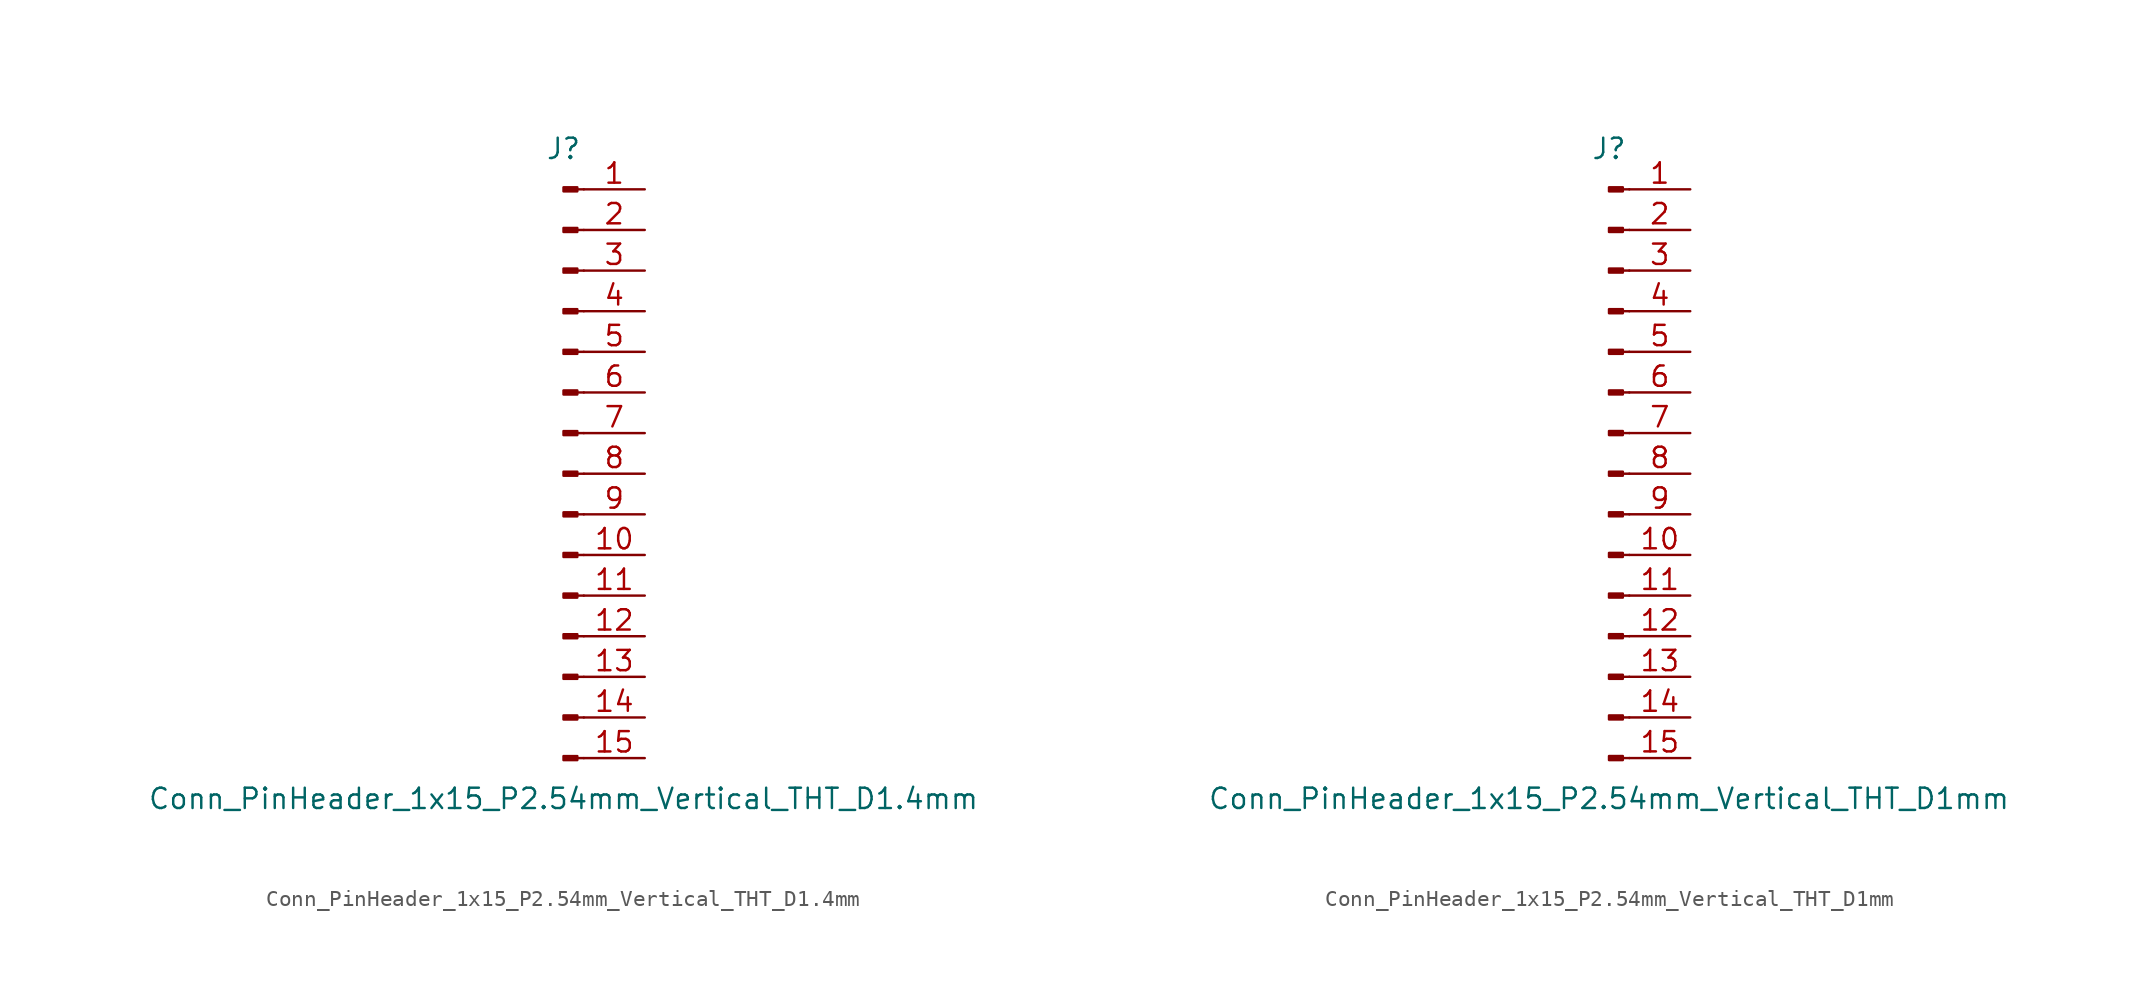
<source format=kicad_sym>
(kicad_symbol_lib
  (version 20211014)
  (generator kicad_symbol_editor)
  (symbol "Conn_PinHeader_1x15_P2.54mm_Vertical_THT_D1.4mm"
    (pin_names
      (offset 1.016) hide)
    (property "Reference" "J"
      (at 0 20.32 0)
      (effects (font (size 1.27 1.27))))
    (property "Value" "Conn_PinHeader_1x15_P2.54mm_Vertical_THT_D1.4mm"
      (at 0 -20.32 0)
      (effects (font (size 1.27 1.27))))
    (symbol "Conn_PinHeader_1x15_P2.54mm_Vertical_THT_D1.4mm_1_1"
      (polyline (pts (xy 1.27 -17.78) (xy 0.864 -17.78)) (stroke (width 0.152) (type default) (color 0 0 0 0)) (fill (type none)))
      (polyline (pts (xy 1.27 -15.24) (xy 0.864 -15.24)) (stroke (width 0.152) (type default) (color 0 0 0 0)) (fill (type none)))
      (polyline (pts (xy 1.27 -12.7) (xy 0.864 -12.7)) (stroke (width 0.152) (type default) (color 0 0 0 0)) (fill (type none)))
      (polyline (pts (xy 1.27 -10.16) (xy 0.864 -10.16)) (stroke (width 0.152) (type default) (color 0 0 0 0)) (fill (type none)))
      (polyline (pts (xy 1.27 -7.62) (xy 0.864 -7.62)) (stroke (width 0.152) (type default) (color 0 0 0 0)) (fill (type none)))
      (polyline (pts (xy 1.27 -5.08) (xy 0.864 -5.08)) (stroke (width 0.152) (type default) (color 0 0 0 0)) (fill (type none)))
      (polyline (pts (xy 1.27 -2.54) (xy 0.864 -2.54)) (stroke (width 0.152) (type default) (color 0 0 0 0)) (fill (type none)))
      (polyline (pts (xy 1.27 0) (xy 0.864 0)) (stroke (width 0.152) (type default) (color 0 0 0 0)) (fill (type none)))
      (polyline (pts (xy 1.27 2.54) (xy 0.864 2.54)) (stroke (width 0.152) (type default) (color 0 0 0 0)) (fill (type none)))
      (polyline (pts (xy 1.27 5.08) (xy 0.864 5.08)) (stroke (width 0.152) (type default) (color 0 0 0 0)) (fill (type none)))
      (polyline (pts (xy 1.27 7.62) (xy 0.864 7.62)) (stroke (width 0.152) (type default) (color 0 0 0 0)) (fill (type none)))
      (polyline (pts (xy 1.27 10.16) (xy 0.864 10.16)) (stroke (width 0.152) (type default) (color 0 0 0 0)) (fill (type none)))
      (polyline (pts (xy 1.27 12.7) (xy 0.864 12.7)) (stroke (width 0.152) (type default) (color 0 0 0 0)) (fill (type none)))
      (polyline (pts (xy 1.27 15.24) (xy 0.864 15.24)) (stroke (width 0.152) (type default) (color 0 0 0 0)) (fill (type none)))
      (polyline (pts (xy 1.27 17.78) (xy 0.864 17.78)) (stroke (width 0.152) (type default) (color 0 0 0 0)) (fill (type none)))
      (rectangle (start 0.864 -17.653) (end 0 -17.907) (stroke (width 0.152) (type default) (color 0 0 0 0)) (fill (type outline)))
      (rectangle (start 0.864 -15.113) (end 0 -15.367) (stroke (width 0.152) (type default) (color 0 0 0 0)) (fill (type outline)))
      (rectangle (start 0.864 -12.573) (end 0 -12.827) (stroke (width 0.152) (type default) (color 0 0 0 0)) (fill (type outline)))
      (rectangle (start 0.864 -10.033) (end 0 -10.287) (stroke (width 0.152) (type default) (color 0 0 0 0)) (fill (type outline)))
      (rectangle (start 0.864 -7.493) (end 0 -7.747) (stroke (width 0.152) (type default) (color 0 0 0 0)) (fill (type outline)))
      (rectangle (start 0.864 -4.953) (end 0 -5.207) (stroke (width 0.152) (type default) (color 0 0 0 0)) (fill (type outline)))
      (rectangle (start 0.864 -2.413) (end 0 -2.667) (stroke (width 0.152) (type default) (color 0 0 0 0)) (fill (type outline)))
      (rectangle (start 0.864 0.127) (end 0 -0.127) (stroke (width 0.152) (type default) (color 0 0 0 0)) (fill (type outline)))
      (rectangle (start 0.864 2.667) (end 0 2.413) (stroke (width 0.152) (type default) (color 0 0 0 0)) (fill (type outline)))
      (rectangle (start 0.864 5.207) (end 0 4.953) (stroke (width 0.152) (type default) (color 0 0 0 0)) (fill (type outline)))
      (rectangle (start 0.864 7.747) (end 0 7.493) (stroke (width 0.152) (type default) (color 0 0 0 0)) (fill (type outline)))
      (rectangle (start 0.864 10.287) (end 0 10.033) (stroke (width 0.152) (type default) (color 0 0 0 0)) (fill (type outline)))
      (rectangle (start 0.864 12.827) (end 0 12.573) (stroke (width 0.152) (type default) (color 0 0 0 0)) (fill (type outline)))
      (rectangle (start 0.864 15.367) (end 0 15.113) (stroke (width 0.152) (type default) (color 0 0 0 0)) (fill (type outline)))
      (rectangle (start 0.864 17.907) (end 0 17.653) (stroke (width 0.152) (type default) (color 0 0 0 0)) (fill (type outline)))
      (pin passive line (at 5.08 17.78 180) (length 3.81) (name "Pin_1" (effects (font (size 1.27 1.27)))) (number "1" (effects (font (size 1.27 1.27)))))
      (pin passive line (at 5.08 -5.08 180) (length 3.81) (name "Pin_10" (effects (font (size 1.27 1.27)))) (number "10" (effects (font (size 1.27 1.27)))))
      (pin passive line (at 5.08 -7.62 180) (length 3.81) (name "Pin_11" (effects (font (size 1.27 1.27)))) (number "11" (effects (font (size 1.27 1.27)))))
      (pin passive line (at 5.08 -10.16 180) (length 3.81) (name "Pin_12" (effects (font (size 1.27 1.27)))) (number "12" (effects (font (size 1.27 1.27)))))
      (pin passive line (at 5.08 -12.7 180) (length 3.81) (name "Pin_13" (effects (font (size 1.27 1.27)))) (number "13" (effects (font (size 1.27 1.27)))))
      (pin passive line (at 5.08 -15.24 180) (length 3.81) (name "Pin_14" (effects (font (size 1.27 1.27)))) (number "14" (effects (font (size 1.27 1.27)))))
      (pin passive line (at 5.08 -17.78 180) (length 3.81) (name "Pin_15" (effects (font (size 1.27 1.27)))) (number "15" (effects (font (size 1.27 1.27)))))
      (pin passive line (at 5.08 15.24 180) (length 3.81) (name "Pin_2" (effects (font (size 1.27 1.27)))) (number "2" (effects (font (size 1.27 1.27)))))
      (pin passive line (at 5.08 12.7 180) (length 3.81) (name "Pin_3" (effects (font (size 1.27 1.27)))) (number "3" (effects (font (size 1.27 1.27)))))
      (pin passive line (at 5.08 10.16 180) (length 3.81) (name "Pin_4" (effects (font (size 1.27 1.27)))) (number "4" (effects (font (size 1.27 1.27)))))
      (pin passive line (at 5.08 7.62 180) (length 3.81) (name "Pin_5" (effects (font (size 1.27 1.27)))) (number "5" (effects (font (size 1.27 1.27)))))
      (pin passive line (at 5.08 5.08 180) (length 3.81) (name "Pin_6" (effects (font (size 1.27 1.27)))) (number "6" (effects (font (size 1.27 1.27)))))
      (pin passive line (at 5.08 2.54 180) (length 3.81) (name "Pin_7" (effects (font (size 1.27 1.27)))) (number "7" (effects (font (size 1.27 1.27)))))
      (pin passive line (at 5.08 0 180) (length 3.81) (name "Pin_8" (effects (font (size 1.27 1.27)))) (number "8" (effects (font (size 1.27 1.27)))))
      (pin passive line (at 5.08 -2.54 180) (length 3.81) (name "Pin_9" (effects (font (size 1.27 1.27)))) (number "9" (effects (font (size 1.27 1.27)))))))
  (symbol "Conn_PinHeader_1x15_P2.54mm_Vertical_THT_D1mm"
    (pin_names
      (offset 1.016) hide)
    (property "Reference" "J"
      (at 0 20.32 0)
      (effects (font (size 1.27 1.27))))
    (property "Value" "Conn_PinHeader_1x15_P2.54mm_Vertical_THT_D1mm"
      (at 0 -20.32 0)
      (effects (font (size 1.27 1.27))))
    (symbol "Conn_PinHeader_1x15_P2.54mm_Vertical_THT_D1mm_1_1"
      (polyline (pts (xy 1.27 -17.78) (xy 0.864 -17.78)) (stroke (width 0.152) (type default) (color 0 0 0 0)) (fill (type none)))
      (polyline (pts (xy 1.27 -15.24) (xy 0.864 -15.24)) (stroke (width 0.152) (type default) (color 0 0 0 0)) (fill (type none)))
      (polyline (pts (xy 1.27 -12.7) (xy 0.864 -12.7)) (stroke (width 0.152) (type default) (color 0 0 0 0)) (fill (type none)))
      (polyline (pts (xy 1.27 -10.16) (xy 0.864 -10.16)) (stroke (width 0.152) (type default) (color 0 0 0 0)) (fill (type none)))
      (polyline (pts (xy 1.27 -7.62) (xy 0.864 -7.62)) (stroke (width 0.152) (type default) (color 0 0 0 0)) (fill (type none)))
      (polyline (pts (xy 1.27 -5.08) (xy 0.864 -5.08)) (stroke (width 0.152) (type default) (color 0 0 0 0)) (fill (type none)))
      (polyline (pts (xy 1.27 -2.54) (xy 0.864 -2.54)) (stroke (width 0.152) (type default) (color 0 0 0 0)) (fill (type none)))
      (polyline (pts (xy 1.27 0) (xy 0.864 0)) (stroke (width 0.152) (type default) (color 0 0 0 0)) (fill (type none)))
      (polyline (pts (xy 1.27 2.54) (xy 0.864 2.54)) (stroke (width 0.152) (type default) (color 0 0 0 0)) (fill (type none)))
      (polyline (pts (xy 1.27 5.08) (xy 0.864 5.08)) (stroke (width 0.152) (type default) (color 0 0 0 0)) (fill (type none)))
      (polyline (pts (xy 1.27 7.62) (xy 0.864 7.62)) (stroke (width 0.152) (type default) (color 0 0 0 0)) (fill (type none)))
      (polyline (pts (xy 1.27 10.16) (xy 0.864 10.16)) (stroke (width 0.152) (type default) (color 0 0 0 0)) (fill (type none)))
      (polyline (pts (xy 1.27 12.7) (xy 0.864 12.7)) (stroke (width 0.152) (type default) (color 0 0 0 0)) (fill (type none)))
      (polyline (pts (xy 1.27 15.24) (xy 0.864 15.24)) (stroke (width 0.152) (type default) (color 0 0 0 0)) (fill (type none)))
      (polyline (pts (xy 1.27 17.78) (xy 0.864 17.78)) (stroke (width 0.152) (type default) (color 0 0 0 0)) (fill (type none)))
      (rectangle (start 0.864 -17.653) (end 0 -17.907) (stroke (width 0.152) (type default) (color 0 0 0 0)) (fill (type outline)))
      (rectangle (start 0.864 -15.113) (end 0 -15.367) (stroke (width 0.152) (type default) (color 0 0 0 0)) (fill (type outline)))
      (rectangle (start 0.864 -12.573) (end 0 -12.827) (stroke (width 0.152) (type default) (color 0 0 0 0)) (fill (type outline)))
      (rectangle (start 0.864 -10.033) (end 0 -10.287) (stroke (width 0.152) (type default) (color 0 0 0 0)) (fill (type outline)))
      (rectangle (start 0.864 -7.493) (end 0 -7.747) (stroke (width 0.152) (type default) (color 0 0 0 0)) (fill (type outline)))
      (rectangle (start 0.864 -4.953) (end 0 -5.207) (stroke (width 0.152) (type default) (color 0 0 0 0)) (fill (type outline)))
      (rectangle (start 0.864 -2.413) (end 0 -2.667) (stroke (width 0.152) (type default) (color 0 0 0 0)) (fill (type outline)))
      (rectangle (start 0.864 0.127) (end 0 -0.127) (stroke (width 0.152) (type default) (color 0 0 0 0)) (fill (type outline)))
      (rectangle (start 0.864 2.667) (end 0 2.413) (stroke (width 0.152) (type default) (color 0 0 0 0)) (fill (type outline)))
      (rectangle (start 0.864 5.207) (end 0 4.953) (stroke (width 0.152) (type default) (color 0 0 0 0)) (fill (type outline)))
      (rectangle (start 0.864 7.747) (end 0 7.493) (stroke (width 0.152) (type default) (color 0 0 0 0)) (fill (type outline)))
      (rectangle (start 0.864 10.287) (end 0 10.033) (stroke (width 0.152) (type default) (color 0 0 0 0)) (fill (type outline)))
      (rectangle (start 0.864 12.827) (end 0 12.573) (stroke (width 0.152) (type default) (color 0 0 0 0)) (fill (type outline)))
      (rectangle (start 0.864 15.367) (end 0 15.113) (stroke (width 0.152) (type default) (color 0 0 0 0)) (fill (type outline)))
      (rectangle (start 0.864 17.907) (end 0 17.653) (stroke (width 0.152) (type default) (color 0 0 0 0)) (fill (type outline)))
      (pin passive line (at 5.08 17.78 180) (length 3.81) (name "Pin_1" (effects (font (size 1.27 1.27)))) (number "1" (effects (font (size 1.27 1.27)))))
      (pin passive line (at 5.08 -5.08 180) (length 3.81) (name "Pin_10" (effects (font (size 1.27 1.27)))) (number "10" (effects (font (size 1.27 1.27)))))
      (pin passive line (at 5.08 -7.62 180) (length 3.81) (name "Pin_11" (effects (font (size 1.27 1.27)))) (number "11" (effects (font (size 1.27 1.27)))))
      (pin passive line (at 5.08 -10.16 180) (length 3.81) (name "Pin_12" (effects (font (size 1.27 1.27)))) (number "12" (effects (font (size 1.27 1.27)))))
      (pin passive line (at 5.08 -12.7 180) (length 3.81) (name "Pin_13" (effects (font (size 1.27 1.27)))) (number "13" (effects (font (size 1.27 1.27)))))
      (pin passive line (at 5.08 -15.24 180) (length 3.81) (name "Pin_14" (effects (font (size 1.27 1.27)))) (number "14" (effects (font (size 1.27 1.27)))))
      (pin passive line (at 5.08 -17.78 180) (length 3.81) (name "Pin_15" (effects (font (size 1.27 1.27)))) (number "15" (effects (font (size 1.27 1.27)))))
      (pin passive line (at 5.08 15.24 180) (length 3.81) (name "Pin_2" (effects (font (size 1.27 1.27)))) (number "2" (effects (font (size 1.27 1.27)))))
      (pin passive line (at 5.08 12.7 180) (length 3.81) (name "Pin_3" (effects (font (size 1.27 1.27)))) (number "3" (effects (font (size 1.27 1.27)))))
      (pin passive line (at 5.08 10.16 180) (length 3.81) (name "Pin_4" (effects (font (size 1.27 1.27)))) (number "4" (effects (font (size 1.27 1.27)))))
      (pin passive line (at 5.08 7.62 180) (length 3.81) (name "Pin_5" (effects (font (size 1.27 1.27)))) (number "5" (effects (font (size 1.27 1.27)))))
      (pin passive line (at 5.08 5.08 180) (length 3.81) (name "Pin_6" (effects (font (size 1.27 1.27)))) (number "6" (effects (font (size 1.27 1.27)))))
      (pin passive line (at 5.08 2.54 180) (length 3.81) (name "Pin_7" (effects (font (size 1.27 1.27)))) (number "7" (effects (font (size 1.27 1.27)))))
      (pin passive line (at 5.08 0 180) (length 3.81) (name "Pin_8" (effects (font (size 1.27 1.27)))) (number "8" (effects (font (size 1.27 1.27)))))
      (pin passive line (at 5.08 -2.54 180) (length 3.81) (name "Pin_9" (effects (font (size 1.27 1.27)))) (number "9" (effects (font (size 1.27 1.27))))))))
</source>
